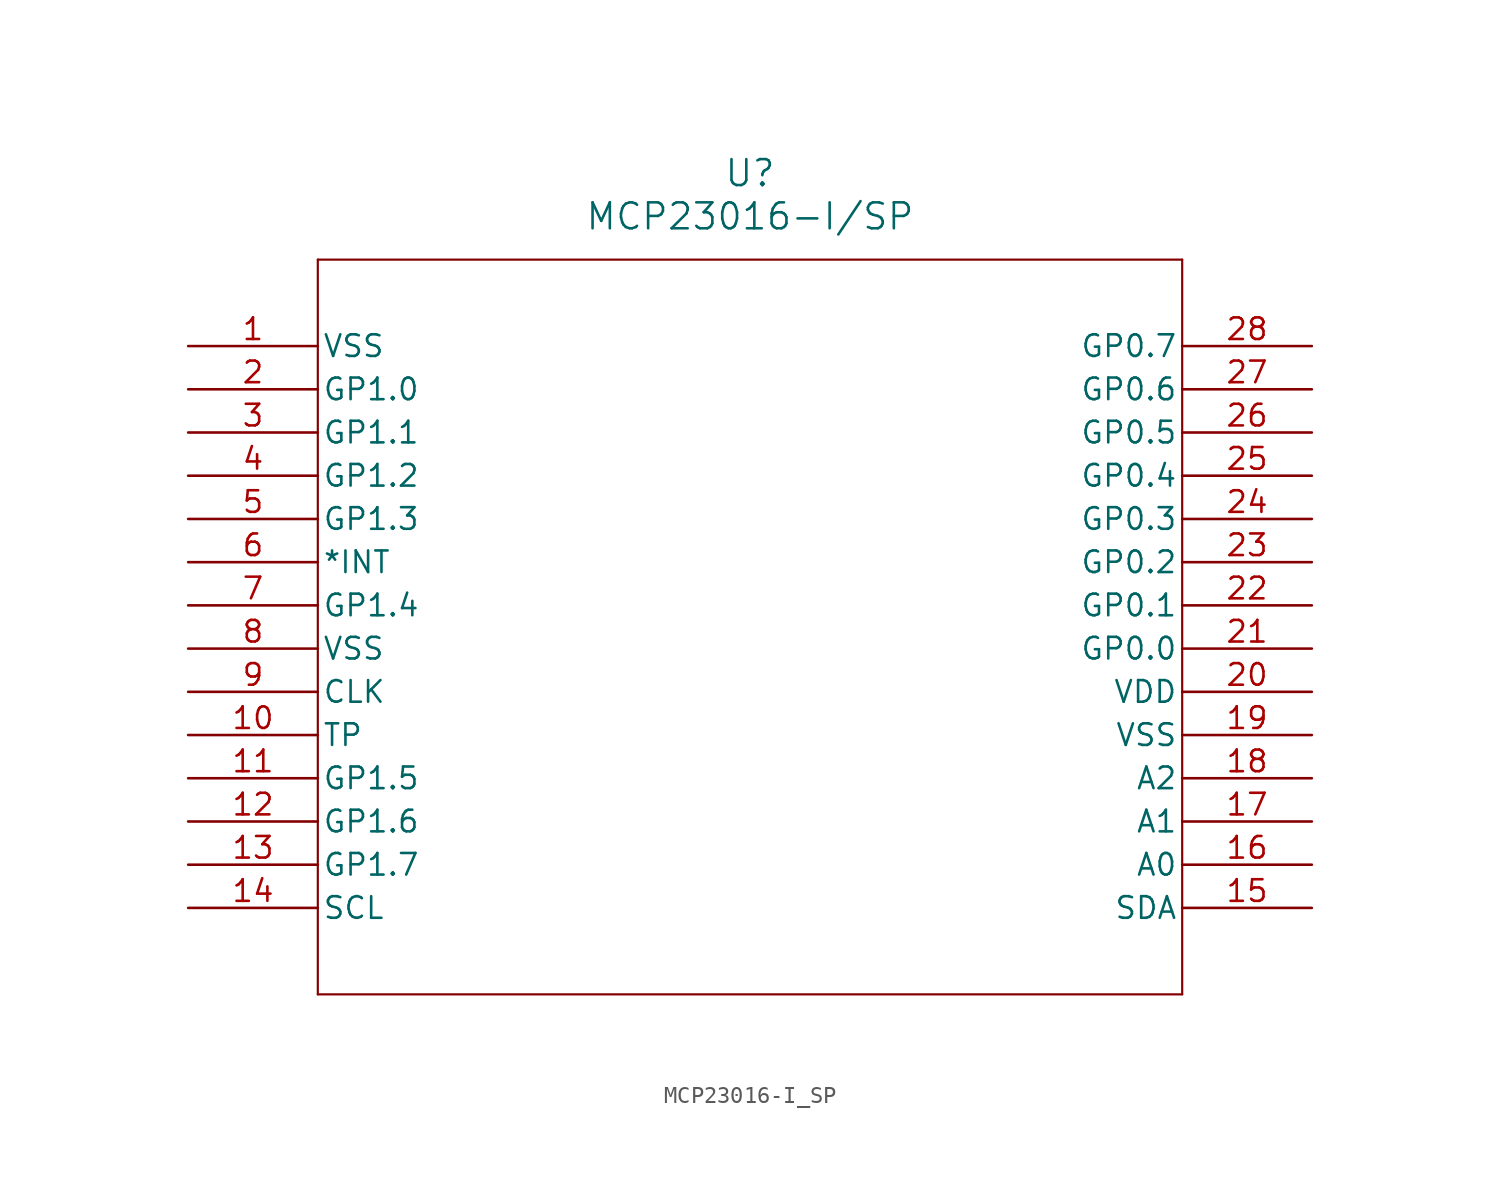
<source format=kicad_sym>
(kicad_symbol_lib
  (version 20211014)
  (generator kicad_symbol_editor)
  (symbol "MCP23016-I_SP"
    (pin_names
      (offset 0.254))
    (property "Reference" "U"
      (at 33.02 10.16 0)
      (effects (font (size 1.524 1.524))))
    (property "Value" "MCP23016-I/SP"
      (at 33.02 7.62 0)
      (effects (font (size 1.524 1.524))))
    (symbol "MCP23016-I_SP_0_1"
      (polyline (pts (xy 7.62 5.08) (xy 7.62 -38.1)) (stroke (width 0.127) (type default) (color 0 0 0 0)) (fill (type none)))
      (polyline (pts (xy 7.62 -38.1) (xy 58.42 -38.1)) (stroke (width 0.127) (type default) (color 0 0 0 0)) (fill (type none)))
      (polyline (pts (xy 58.42 -38.1) (xy 58.42 5.08)) (stroke (width 0.127) (type default) (color 0 0 0 0)) (fill (type none)))
      (polyline (pts (xy 58.42 5.08) (xy 7.62 5.08)) (stroke (width 0.127) (type default) (color 0 0 0 0)) (fill (type none)))
      (pin unspecified line (at 0 0 0) (length 7.62) (name "VSS" (effects (font (size 1.27 1.27)))) (number "1" (effects (font (size 1.27 1.27)))))
      (pin unspecified line (at 0 -2.54 0) (length 7.62) (name "GP1.0" (effects (font (size 1.27 1.27)))) (number "2" (effects (font (size 1.27 1.27)))))
      (pin unspecified line (at 0 -5.08 0) (length 7.62) (name "GP1.1" (effects (font (size 1.27 1.27)))) (number "3" (effects (font (size 1.27 1.27)))))
      (pin unspecified line (at 0 -7.62 0) (length 7.62) (name "GP1.2" (effects (font (size 1.27 1.27)))) (number "4" (effects (font (size 1.27 1.27)))))
      (pin unspecified line (at 0 -10.16 0) (length 7.62) (name "GP1.3" (effects (font (size 1.27 1.27)))) (number "5" (effects (font (size 1.27 1.27)))))
      (pin unspecified line (at 0 -12.7 0) (length 7.62) (name "*INT" (effects (font (size 1.27 1.27)))) (number "6" (effects (font (size 1.27 1.27)))))
      (pin unspecified line (at 0 -15.24 0) (length 7.62) (name "GP1.4" (effects (font (size 1.27 1.27)))) (number "7" (effects (font (size 1.27 1.27)))))
      (pin unspecified line (at 0 -17.78 0) (length 7.62) (name "VSS" (effects (font (size 1.27 1.27)))) (number "8" (effects (font (size 1.27 1.27)))))
      (pin unspecified line (at 0 -20.32 0) (length 7.62) (name "CLK" (effects (font (size 1.27 1.27)))) (number "9" (effects (font (size 1.27 1.27)))))
      (pin unspecified line (at 0 -22.86 0) (length 7.62) (name "TP" (effects (font (size 1.27 1.27)))) (number "10" (effects (font (size 1.27 1.27)))))
      (pin unspecified line (at 0 -25.4 0) (length 7.62) (name "GP1.5" (effects (font (size 1.27 1.27)))) (number "11" (effects (font (size 1.27 1.27)))))
      (pin unspecified line (at 0 -27.94 0) (length 7.62) (name "GP1.6" (effects (font (size 1.27 1.27)))) (number "12" (effects (font (size 1.27 1.27)))))
      (pin unspecified line (at 0 -30.48 0) (length 7.62) (name "GP1.7" (effects (font (size 1.27 1.27)))) (number "13" (effects (font (size 1.27 1.27)))))
      (pin unspecified line (at 0 -33.02 0) (length 7.62) (name "SCL" (effects (font (size 1.27 1.27)))) (number "14" (effects (font (size 1.27 1.27)))))
      (pin unspecified line (at 66.04 -33.02 180) (length 7.62) (name "SDA" (effects (font (size 1.27 1.27)))) (number "15" (effects (font (size 1.27 1.27)))))
      (pin unspecified line (at 66.04 -30.48 180) (length 7.62) (name "A0" (effects (font (size 1.27 1.27)))) (number "16" (effects (font (size 1.27 1.27)))))
      (pin unspecified line (at 66.04 -27.94 180) (length 7.62) (name "A1" (effects (font (size 1.27 1.27)))) (number "17" (effects (font (size 1.27 1.27)))))
      (pin unspecified line (at 66.04 -25.4 180) (length 7.62) (name "A2" (effects (font (size 1.27 1.27)))) (number "18" (effects (font (size 1.27 1.27)))))
      (pin unspecified line (at 66.04 -22.86 180) (length 7.62) (name "VSS" (effects (font (size 1.27 1.27)))) (number "19" (effects (font (size 1.27 1.27)))))
      (pin unspecified line (at 66.04 -20.32 180) (length 7.62) (name "VDD" (effects (font (size 1.27 1.27)))) (number "20" (effects (font (size 1.27 1.27)))))
      (pin unspecified line (at 66.04 -17.78 180) (length 7.62) (name "GP0.0" (effects (font (size 1.27 1.27)))) (number "21" (effects (font (size 1.27 1.27)))))
      (pin unspecified line (at 66.04 -15.24 180) (length 7.62) (name "GP0.1" (effects (font (size 1.27 1.27)))) (number "22" (effects (font (size 1.27 1.27)))))
      (pin unspecified line (at 66.04 -12.7 180) (length 7.62) (name "GP0.2" (effects (font (size 1.27 1.27)))) (number "23" (effects (font (size 1.27 1.27)))))
      (pin unspecified line (at 66.04 -10.16 180) (length 7.62) (name "GP0.3" (effects (font (size 1.27 1.27)))) (number "24" (effects (font (size 1.27 1.27)))))
      (pin unspecified line (at 66.04 -7.62 180) (length 7.62) (name "GP0.4" (effects (font (size 1.27 1.27)))) (number "25" (effects (font (size 1.27 1.27)))))
      (pin unspecified line (at 66.04 -5.08 180) (length 7.62) (name "GP0.5" (effects (font (size 1.27 1.27)))) (number "26" (effects (font (size 1.27 1.27)))))
      (pin unspecified line (at 66.04 -2.54 180) (length 7.62) (name "GP0.6" (effects (font (size 1.27 1.27)))) (number "27" (effects (font (size 1.27 1.27)))))
      (pin unspecified line (at 66.04 0 180) (length 7.62) (name "GP0.7" (effects (font (size 1.27 1.27)))) (number "28" (effects (font (size 1.27 1.27))))))))
</source>
